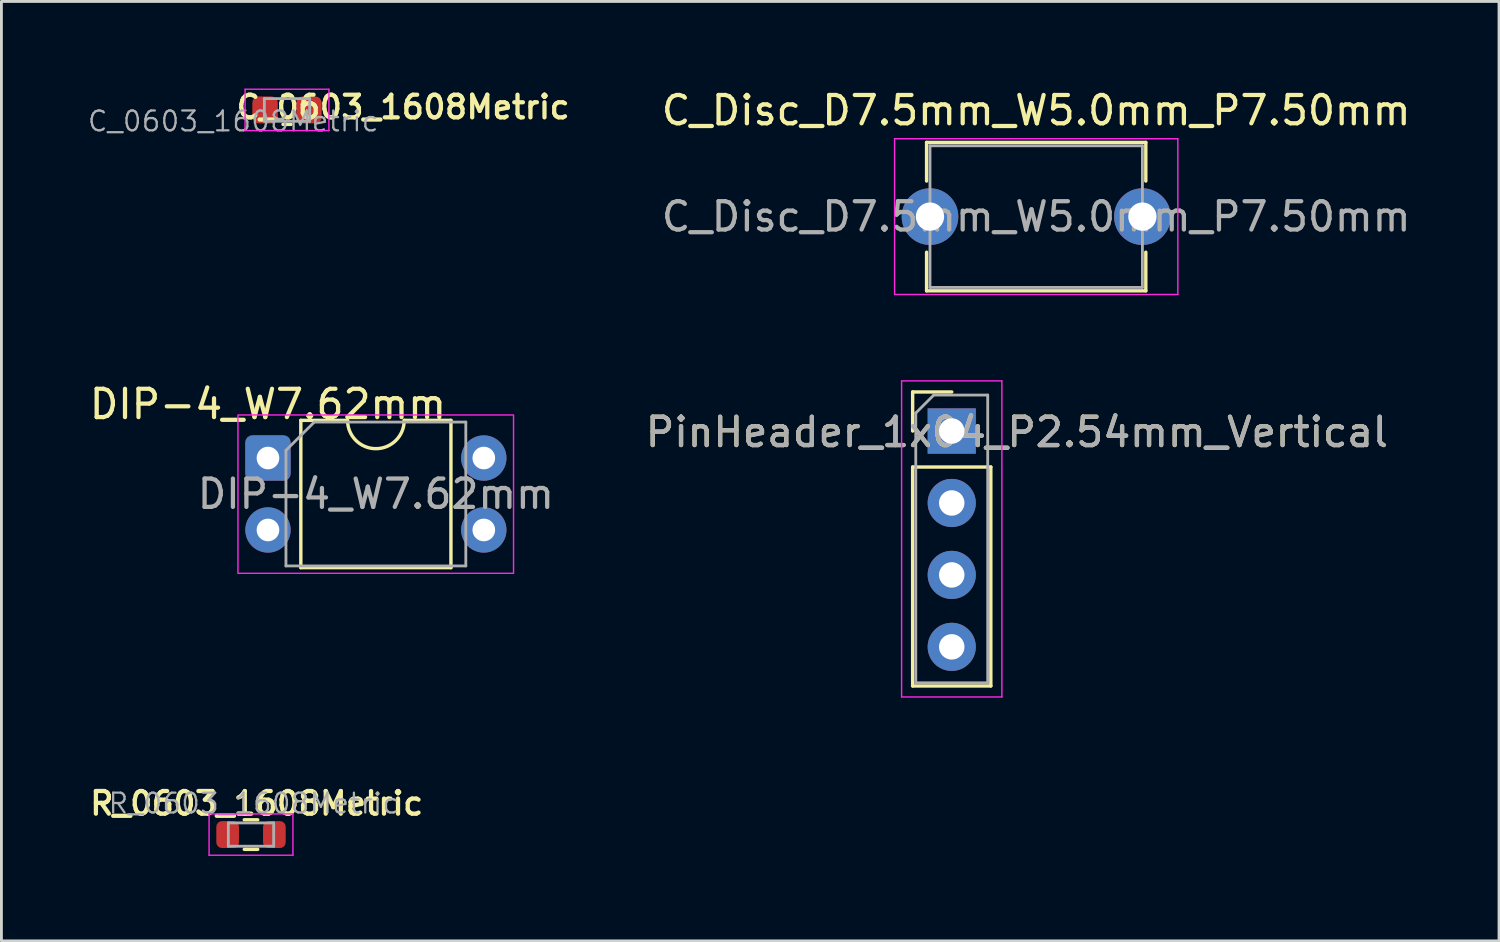
<source format=kicad_pcb>
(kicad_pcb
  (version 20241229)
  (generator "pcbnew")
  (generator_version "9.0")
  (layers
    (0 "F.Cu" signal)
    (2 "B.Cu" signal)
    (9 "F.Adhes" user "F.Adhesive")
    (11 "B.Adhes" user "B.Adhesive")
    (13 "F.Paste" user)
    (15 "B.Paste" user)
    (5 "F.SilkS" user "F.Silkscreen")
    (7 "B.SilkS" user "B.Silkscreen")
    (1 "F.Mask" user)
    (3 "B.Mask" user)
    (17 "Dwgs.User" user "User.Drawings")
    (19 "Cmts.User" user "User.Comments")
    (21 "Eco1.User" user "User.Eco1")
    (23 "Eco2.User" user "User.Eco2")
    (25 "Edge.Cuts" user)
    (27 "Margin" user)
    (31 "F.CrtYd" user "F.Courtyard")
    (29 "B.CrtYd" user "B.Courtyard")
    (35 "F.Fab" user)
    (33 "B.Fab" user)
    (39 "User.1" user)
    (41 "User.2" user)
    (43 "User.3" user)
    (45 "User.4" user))
  (footprint "C_0603_1608Metric"
    (layer "F.Cu")
    (at 7.083 0.831)
    (property "Reference" "C_0603_1608Metric" (at 4.1 -0.1 0) (layer "F.SilkS") (effects (font (size 0.8 0.8) (thickness 0.15))))
    (attr smd)
    (fp_line (start -0.141 -0.51) (end 0.141 -0.51) (stroke (width 0.12) (type solid)) (layer "F.SilkS"))
    (fp_line (start -0.141 0.51) (end 0.141 0.51) (stroke (width 0.12) (type solid)) (layer "F.SilkS"))
    (fp_line (start -1.48 -0.73) (end 1.48 -0.73) (stroke (width 0.05) (type solid)) (layer "F.CrtYd"))
    (fp_line (start -1.48 0.73) (end -1.48 -0.73) (stroke (width 0.05) (type solid)) (layer "F.CrtYd"))
    (fp_line (start 1.48 -0.73) (end 1.48 0.73) (stroke (width 0.05) (type solid)) (layer "F.CrtYd"))
    (fp_line (start 1.48 0.73) (end -1.48 0.73) (stroke (width 0.05) (type solid)) (layer "F.CrtYd"))
    (fp_line (start -0.8 -0.4) (end 0.8 -0.4) (stroke (width 0.1) (type solid)) (layer "F.Fab"))
    (fp_line (start -0.8 0.4) (end -0.8 -0.4) (stroke (width 0.1) (type solid)) (layer "F.Fab"))
    (fp_line (start 0.8 -0.4) (end 0.8 0.4) (stroke (width 0.1) (type solid)) (layer "F.Fab"))
    (fp_line (start 0.8 0.4) (end -0.8 0.4) (stroke (width 0.1) (type solid)) (layer "F.Fab"))
    (fp_text user "${REFERENCE}" (at -1.9 0.4 0) (layer "F.Fab") (effects (font (size 0.7 0.7) (thickness 0.08))))
    (pad "1" smd roundrect (at -0.775 0 180) (size 0.9 0.95) (layers "F.Cu" "F.Mask" "F.Paste") (roundrect_rratio 0.25))
    (pad "2" smd roundrect (at 0.775 0 180) (size 0.9 0.95) (layers "F.Cu" "F.Mask" "F.Paste") (roundrect_rratio 0.25)))
  (footprint "R_0603_1608Metric"
    (layer "F.Cu")
    (at 5.812 26.415)
    (property "Reference" "R_0603_1608Metric" (at 0.2 -1.1 0) (layer "F.SilkS") (effects (font (size 0.8 0.8) (thickness 0.15))))
    (attr smd)
    (fp_line (start -0.237 -0.522) (end 0.237 -0.522) (stroke (width 0.12) (type solid)) (layer "F.SilkS"))
    (fp_line (start -0.237 0.522) (end 0.237 0.522) (stroke (width 0.12) (type solid)) (layer "F.SilkS"))
    (fp_line (start -1.48 -0.73) (end 1.48 -0.73) (stroke (width 0.05) (type solid)) (layer "F.CrtYd"))
    (fp_line (start -1.48 0.73) (end -1.48 -0.73) (stroke (width 0.05) (type solid)) (layer "F.CrtYd"))
    (fp_line (start 1.48 -0.73) (end 1.48 0.73) (stroke (width 0.05) (type solid)) (layer "F.CrtYd"))
    (fp_line (start 1.48 0.73) (end -1.48 0.73) (stroke (width 0.05) (type solid)) (layer "F.CrtYd"))
    (fp_line (start -0.8 -0.412) (end 0.8 -0.412) (stroke (width 0.1) (type solid)) (layer "F.Fab"))
    (fp_line (start -0.8 0.412) (end -0.8 -0.412) (stroke (width 0.1) (type solid)) (layer "F.Fab"))
    (fp_line (start 0.8 -0.412) (end 0.8 0.412) (stroke (width 0.1) (type solid)) (layer "F.Fab"))
    (fp_line (start 0.8 0.412) (end -0.8 0.412) (stroke (width 0.1) (type solid)) (layer "F.Fab"))
    (fp_text user "${REFERENCE}" (at 0.1 -1.1 0) (layer "F.Fab") (effects (font (size 0.7 0.7) (thickness 0.08))))
    (pad "1" smd roundrect (at -0.825 0 180) (size 0.8 0.95) (layers "F.Cu" "F.Mask" "F.Paste") (roundrect_rratio 0.25))
    (pad "2" smd roundrect (at 0.825 0 180) (size 0.8 0.95) (layers "F.Cu" "F.Mask" "F.Paste") (roundrect_rratio 0.25)))
  (footprint "C_Disc_D7.5mm_W5.0mm_P7.50mm"
    (layer "F.Cu")
    (at 29.784 4.598)
    (property "Reference" "C_Disc_D7.5mm_W5.0mm_P7.50mm" (at 3.75 -3.75 180) (layer "F.SilkS") (effects (font (size 1 1) (thickness 0.15))))
    (attr through_hole)
    (fp_line (start -0.12 -2.62) (end -0.12 -1.256) (stroke (width 0.12) (type solid)) (layer "F.SilkS"))
    (fp_line (start -0.12 -2.62) (end 7.62 -2.62) (stroke (width 0.12) (type solid)) (layer "F.SilkS"))
    (fp_line (start -0.12 1.256) (end -0.12 2.62) (stroke (width 0.12) (type solid)) (layer "F.SilkS"))
    (fp_line (start -0.12 2.62) (end 7.62 2.62) (stroke (width 0.12) (type solid)) (layer "F.SilkS"))
    (fp_line (start 7.62 -2.62) (end 7.62 -1.256) (stroke (width 0.12) (type solid)) (layer "F.SilkS"))
    (fp_line (start 7.62 1.256) (end 7.62 2.62) (stroke (width 0.12) (type solid)) (layer "F.SilkS"))
    (fp_line (start -1.25 -2.75) (end -1.25 2.75) (stroke (width 0.05) (type solid)) (layer "F.CrtYd"))
    (fp_line (start -1.25 2.75) (end 8.75 2.75) (stroke (width 0.05) (type solid)) (layer "F.CrtYd"))
    (fp_line (start 8.75 -2.75) (end -1.25 -2.75) (stroke (width 0.05) (type solid)) (layer "F.CrtYd"))
    (fp_line (start 8.75 2.75) (end 8.75 -2.75) (stroke (width 0.05) (type solid)) (layer "F.CrtYd"))
    (fp_line (start 0 -2.5) (end 0 2.5) (stroke (width 0.1) (type solid)) (layer "F.Fab"))
    (fp_line (start 0 2.5) (end 7.5 2.5) (stroke (width 0.1) (type solid)) (layer "F.Fab"))
    (fp_line (start 7.5 -2.5) (end 0 -2.5) (stroke (width 0.1) (type solid)) (layer "F.Fab"))
    (fp_line (start 7.5 2.5) (end 7.5 -2.5) (stroke (width 0.1) (type solid)) (layer "F.Fab"))
    (fp_text user "${REFERENCE}" (at 3.75 0 180) (layer "F.Fab") (effects (font (size 1 1) (thickness 0.15))))
    (pad "1" thru_hole circle (at 0 0) (size 2 2) (drill 1) (layers "*.Cu" "*.Mask"))
    (pad "2" thru_hole circle (at 7.5 0) (size 2 2) (drill 1) (layers "*.Cu" "*.Mask")))
  (footprint "PinHeader_1x04_P2.54mm_Vertical"
    (layer "F.Cu")
    (at 30.552 12.168)
    (property "Reference" "PinHeader_1x04_P2.54mm_Vertical" (at 2.3 0.04 180) (layer "F.SilkS") (effects (font (size 1 1) (thickness 0.15))))
    (attr through_hole)
    (fp_line (start -1.38 -1.38) (end 0 -1.38) (stroke (width 0.12) (type solid)) (layer "F.SilkS"))
    (fp_line (start -1.38 0) (end -1.38 -1.38) (stroke (width 0.12) (type solid)) (layer "F.SilkS"))
    (fp_line (start -1.38 1.27) (end -1.38 9) (stroke (width 0.12) (type solid)) (layer "F.SilkS"))
    (fp_line (start -1.38 1.27) (end 1.38 1.27) (stroke (width 0.12) (type solid)) (layer "F.SilkS"))
    (fp_line (start -1.38 9) (end 1.38 9) (stroke (width 0.12) (type solid)) (layer "F.SilkS"))
    (fp_line (start 1.38 1.27) (end 1.38 9) (stroke (width 0.12) (type solid)) (layer "F.SilkS"))
    (fp_line (start -1.77 -1.77) (end -1.77 9.39) (stroke (width 0.05) (type solid)) (layer "F.CrtYd"))
    (fp_line (start -1.77 9.39) (end 1.77 9.39) (stroke (width 0.05) (type solid)) (layer "F.CrtYd"))
    (fp_line (start 1.77 -1.77) (end -1.77 -1.77) (stroke (width 0.05) (type solid)) (layer "F.CrtYd"))
    (fp_line (start 1.77 9.39) (end 1.77 -1.77) (stroke (width 0.05) (type solid)) (layer "F.CrtYd"))
    (fp_line (start -1.27 -0.635) (end -0.635 -1.27) (stroke (width 0.1) (type solid)) (layer "F.Fab"))
    (fp_line (start -1.27 8.89) (end -1.27 -0.635) (stroke (width 0.1) (type solid)) (layer "F.Fab"))
    (fp_line (start -0.635 -1.27) (end 1.27 -1.27) (stroke (width 0.1) (type solid)) (layer "F.Fab"))
    (fp_line (start 1.27 -1.27) (end 1.27 8.89) (stroke (width 0.1) (type solid)) (layer "F.Fab"))
    (fp_line (start 1.27 8.89) (end -1.27 8.89) (stroke (width 0.1) (type solid)) (layer "F.Fab"))
    (fp_text user "${REFERENCE}" (at 2.3 0.04 180) (layer "F.Fab") (effects (font (size 1 1) (thickness 0.15))))
    (pad "1" thru_hole rect (at 0 0) (size 1.7 1.6) (drill 0.9) (layers "*.Cu" "*.Mask"))
    (pad "2" thru_hole oval (at 0 2.54) (size 1.7 1.7) (drill 0.9) (layers "*.Cu" "*.Mask"))
    (pad "3" thru_hole circle (at 0 5.08) (size 1.7 1.7) (drill 0.9) (layers "*.Cu" "*.Mask"))
    (pad "4" thru_hole circle (at 0 7.62) (size 1.7 1.7) (drill 0.9) (layers "*.Cu" "*.Mask")))
  (footprint "DIP-4_W7.62mm"
    (layer "F.Cu")
    (at 6.411 13.121)
    (property "Reference" "DIP-4_W7.62mm" (at 0 -1.9 0) (layer "F.SilkS") (effects (font (size 1 1) (thickness 0.15))))
    (attr through_hole)
    (fp_line (start 1.16 -1.33) (end 1.16 3.87) (stroke (width 0.12) (type solid)) (layer "F.SilkS"))
    (fp_line (start 1.16 3.87) (end 6.46 3.87) (stroke (width 0.12) (type solid)) (layer "F.SilkS"))
    (fp_line (start 2.81 -1.33) (end 1.16 -1.33) (stroke (width 0.12) (type solid)) (layer "F.SilkS"))
    (fp_line (start 6.46 -1.33) (end 4.81 -1.33) (stroke (width 0.12) (type solid)) (layer "F.SilkS"))
    (fp_line (start 6.46 3.87) (end 6.46 -1.33) (stroke (width 0.12) (type solid)) (layer "F.SilkS"))
    (fp_arc (start 4.810001 -1.33) (mid 3.81 -0.33) (end 2.81 -1.33) (stroke (width 0.12) (type solid)) (layer "F.SilkS"))
    (fp_poly (pts (xy -1.06 -1.52) (xy 8.67 -1.52) (xy 8.67 4.07) (xy -1.06 4.07)) (stroke (width 0.05) (type solid)) (fill no) (layer "F.CrtYd"))
    (fp_line (start 0.635 -0.27) (end 1.635 -1.27) (stroke (width 0.1) (type solid)) (layer "F.Fab"))
    (fp_line (start 0.635 3.81) (end 0.635 -0.27) (stroke (width 0.1) (type solid)) (layer "F.Fab"))
    (fp_line (start 1.635 -1.27) (end 6.985 -1.27) (stroke (width 0.1) (type solid)) (layer "F.Fab"))
    (fp_line (start 6.985 -1.27) (end 6.985 3.81) (stroke (width 0.1) (type solid)) (layer "F.Fab"))
    (fp_line (start 6.985 3.81) (end 0.635 3.81) (stroke (width 0.1) (type solid)) (layer "F.Fab"))
    (fp_text user "${REFERENCE}" (at 3.81 1.27 0) (layer "F.Fab") (effects (font (size 1 1) (thickness 0.15))))
    (pad "1" thru_hole roundrect (at 0 0) (size 1.6 1.6) (drill 0.8) (layers "*.Cu" "*.Mask") (roundrect_rratio 0.156))
    (pad "2" thru_hole circle (at 0 2.54) (size 1.6 1.6) (drill 0.8) (layers "*.Cu" "*.Mask"))
    (pad "3" thru_hole circle (at 7.62 2.54) (size 1.6 1.6) (drill 0.8) (layers "*.Cu" "*.Mask"))
    (pad "4" thru_hole circle (at 7.62 0) (size 1.6 1.6) (drill 0.8) (layers "*.Cu" "*.Mask")))
  (gr_rect
    (start -3 -3)
    (end 49.874 30.169)
    (stroke (width 0.1) (type default))
    (fill no)
    (layer "Edge.Cuts")))
</source>
